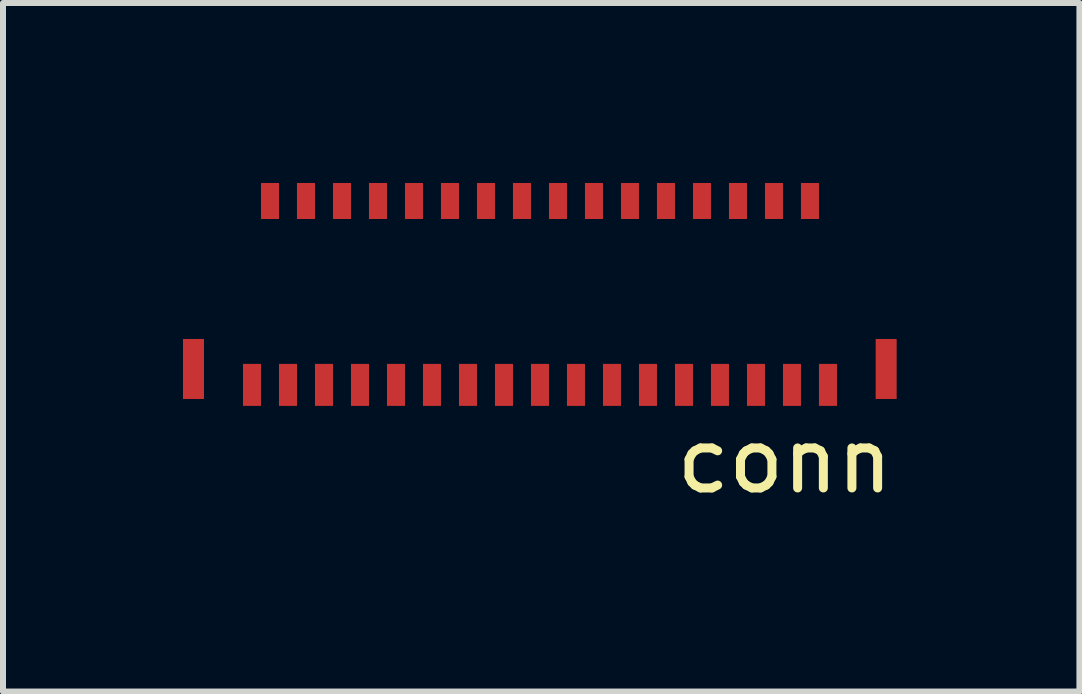
<source format=kicad_pcb>
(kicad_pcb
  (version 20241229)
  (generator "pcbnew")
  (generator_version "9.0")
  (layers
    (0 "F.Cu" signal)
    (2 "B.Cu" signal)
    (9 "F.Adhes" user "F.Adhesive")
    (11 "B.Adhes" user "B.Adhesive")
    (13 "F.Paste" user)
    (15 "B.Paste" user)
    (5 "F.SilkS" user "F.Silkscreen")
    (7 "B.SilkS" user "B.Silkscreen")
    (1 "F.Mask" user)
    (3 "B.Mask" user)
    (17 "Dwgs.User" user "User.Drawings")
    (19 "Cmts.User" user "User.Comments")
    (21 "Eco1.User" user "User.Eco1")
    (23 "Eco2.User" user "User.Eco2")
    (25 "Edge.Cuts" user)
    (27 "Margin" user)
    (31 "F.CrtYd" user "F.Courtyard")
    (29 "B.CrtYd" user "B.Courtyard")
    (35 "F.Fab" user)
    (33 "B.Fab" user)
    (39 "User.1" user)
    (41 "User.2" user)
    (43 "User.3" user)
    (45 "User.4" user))
  (footprint "conn"
    (layer "F.Cu")
    (at 1.45 0.3)
    (property "Reference" "conn" (at 8.58 4.328 0) (layer "F.SilkS") (effects (font (size 1 1) (thickness 0.15))))
    (attr through_hole)
    (pad "1" smd rect (at -0.3 3.065) (size 0.3 0.7) (layers "F.Cu" "F.Mask" "F.Paste"))
    (pad "2" smd rect (at 0 0) (size 0.3 0.6) (layers "F.Cu" "F.Mask" "F.Paste"))
    (pad "3" smd rect (at 0.3 3.065) (size 0.3 0.7) (layers "F.Cu" "F.Mask" "F.Paste"))
    (pad "4" smd rect (at 0.6 0) (size 0.3 0.6) (layers "F.Cu" "F.Mask" "F.Paste"))
    (pad "5" smd rect (at 0.9 3.065) (size 0.3 0.7) (layers "F.Cu" "F.Mask" "F.Paste"))
    (pad "6" smd rect (at 1.2 0) (size 0.3 0.6) (layers "F.Cu" "F.Mask" "F.Paste"))
    (pad "7" smd rect (at 1.5 3.065) (size 0.3 0.7) (layers "F.Cu" "F.Mask" "F.Paste"))
    (pad "8" smd rect (at 1.8 0) (size 0.3 0.6) (layers "F.Cu" "F.Mask" "F.Paste"))
    (pad "9" smd rect (at 2.1 3.065) (size 0.3 0.7) (layers "F.Cu" "F.Mask" "F.Paste"))
    (pad "10" smd rect (at 2.4 0) (size 0.3 0.6) (layers "F.Cu" "F.Mask" "F.Paste"))
    (pad "11" smd rect (at 2.7 3.065) (size 0.3 0.7) (layers "F.Cu" "F.Mask" "F.Paste"))
    (pad "12" smd rect (at 3 0) (size 0.3 0.6) (layers "F.Cu" "F.Mask" "F.Paste"))
    (pad "13" smd rect (at 3.3 3.065) (size 0.3 0.7) (layers "F.Cu" "F.Mask" "F.Paste"))
    (pad "14" smd rect (at 3.6 0) (size 0.3 0.6) (layers "F.Cu" "F.Mask" "F.Paste"))
    (pad "15" smd rect (at 3.9 3.065) (size 0.3 0.7) (layers "F.Cu" "F.Mask" "F.Paste"))
    (pad "16" smd rect (at 4.2 0) (size 0.3 0.6) (layers "F.Cu" "F.Mask" "F.Paste"))
    (pad "17" smd rect (at 4.5 3.065) (size 0.3 0.7) (layers "F.Cu" "F.Mask" "F.Paste"))
    (pad "18" smd rect (at 4.8 0) (size 0.3 0.6) (layers "F.Cu" "F.Mask" "F.Paste"))
    (pad "19" smd rect (at 5.1 3.065) (size 0.3 0.7) (layers "F.Cu" "F.Mask" "F.Paste"))
    (pad "20" smd rect (at 5.4 0) (size 0.3 0.6) (layers "F.Cu" "F.Mask" "F.Paste"))
    (pad "21" smd rect (at 5.7 3.065) (size 0.3 0.7) (layers "F.Cu" "F.Mask" "F.Paste"))
    (pad "22" smd rect (at 6 0) (size 0.3 0.6) (layers "F.Cu" "F.Mask" "F.Paste"))
    (pad "23" smd rect (at 6.3 3.065) (size 0.3 0.7) (layers "F.Cu" "F.Mask" "F.Paste"))
    (pad "24" smd rect (at 6.6 0) (size 0.3 0.6) (layers "F.Cu" "F.Mask" "F.Paste"))
    (pad "25" smd rect (at 6.9 3.065) (size 0.3 0.7) (layers "F.Cu" "F.Mask" "F.Paste"))
    (pad "26" smd rect (at 7.2 0) (size 0.3 0.6) (layers "F.Cu" "F.Mask" "F.Paste"))
    (pad "27" smd rect (at 7.5 3.065) (size 0.3 0.7) (layers "F.Cu" "F.Mask" "F.Paste"))
    (pad "28" smd rect (at 7.8 0) (size 0.3 0.6) (layers "F.Cu" "F.Mask" "F.Paste"))
    (pad "29" smd rect (at 8.1 3.065) (size 0.3 0.7) (layers "F.Cu" "F.Mask" "F.Paste"))
    (pad "30" smd rect (at 8.4 0) (size 0.3 0.6) (layers "F.Cu" "F.Mask" "F.Paste"))
    (pad "31" smd rect (at 8.7 3.065) (size 0.3 0.7) (layers "F.Cu" "F.Mask" "F.Paste"))
    (pad "32" smd rect (at 9 0) (size 0.3 0.6) (layers "F.Cu" "F.Mask" "F.Paste"))
    (pad "33" smd rect (at 9.3 3.065) (size 0.3 0.7) (layers "F.Cu" "F.Mask" "F.Paste"))
    (pad "34" smd rect (at -1.275 2.8) (size 0.35 1) (layers "F.Cu" "F.Mask" "F.Paste"))
    (pad "35" smd rect (at 10.27 2.8) (size 0.35 1) (layers "F.Cu" "F.Mask" "F.Paste")))
  (gr_rect
    (start -3 -3)
    (end 14.941 8.476)
    (stroke (width 0.1) (type default))
    (fill no)
    (layer "Edge.Cuts")))
</source>
